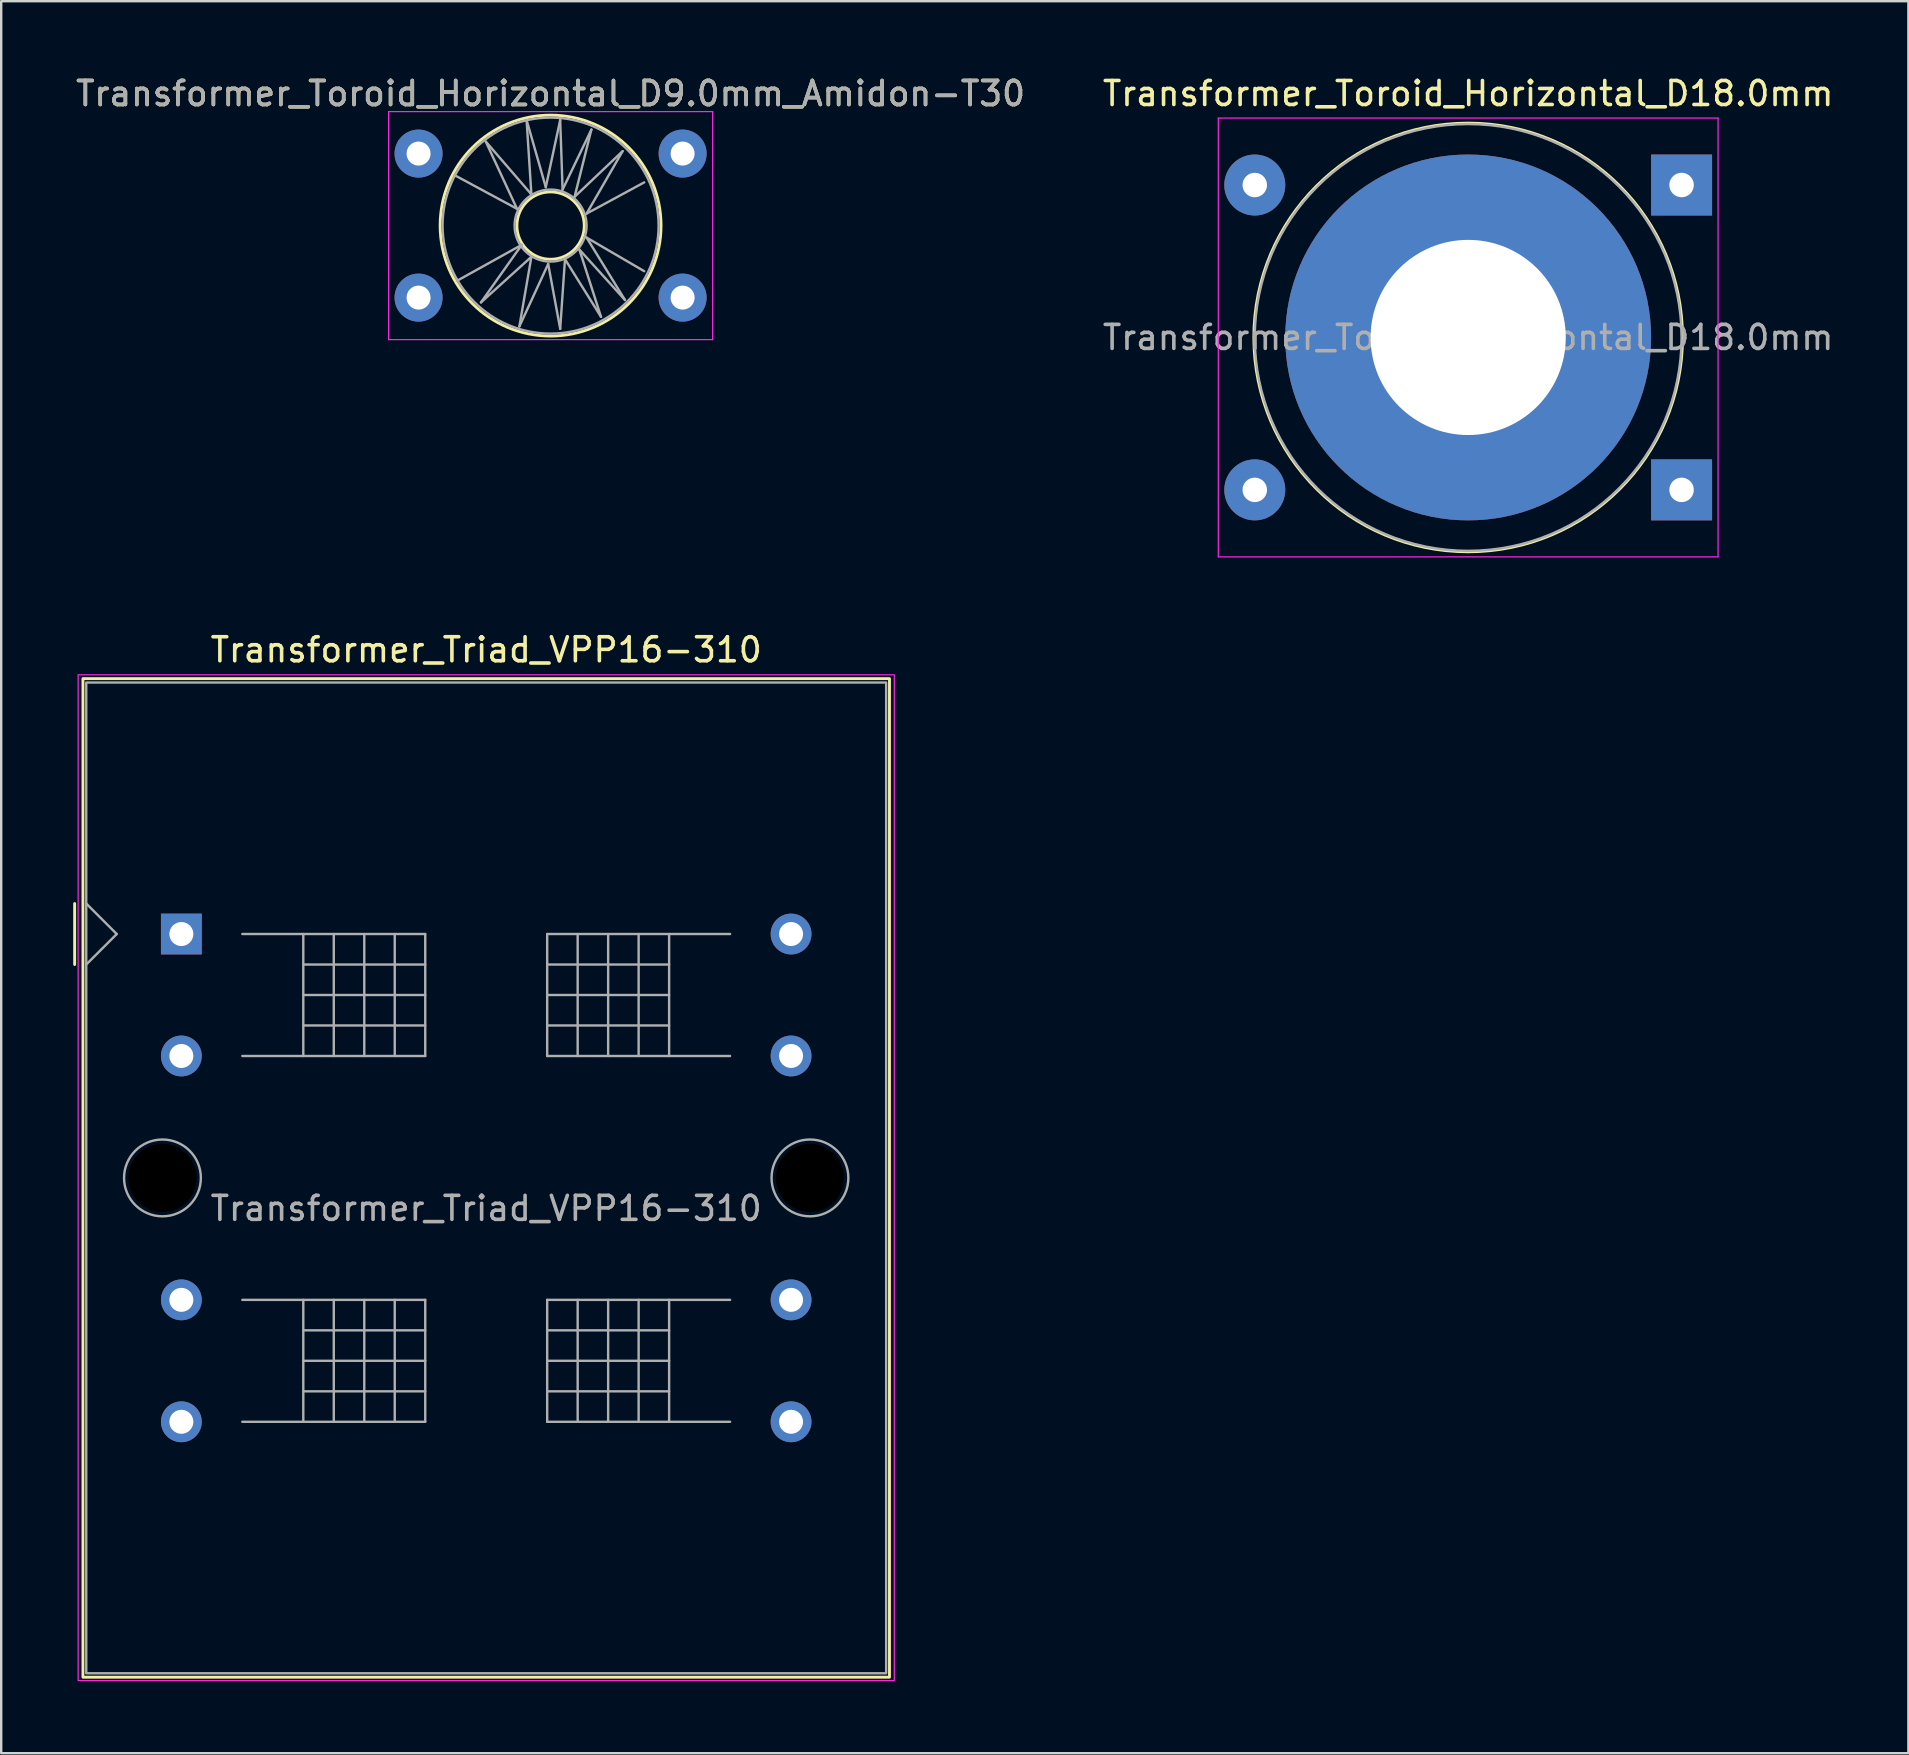
<source format=kicad_pcb>
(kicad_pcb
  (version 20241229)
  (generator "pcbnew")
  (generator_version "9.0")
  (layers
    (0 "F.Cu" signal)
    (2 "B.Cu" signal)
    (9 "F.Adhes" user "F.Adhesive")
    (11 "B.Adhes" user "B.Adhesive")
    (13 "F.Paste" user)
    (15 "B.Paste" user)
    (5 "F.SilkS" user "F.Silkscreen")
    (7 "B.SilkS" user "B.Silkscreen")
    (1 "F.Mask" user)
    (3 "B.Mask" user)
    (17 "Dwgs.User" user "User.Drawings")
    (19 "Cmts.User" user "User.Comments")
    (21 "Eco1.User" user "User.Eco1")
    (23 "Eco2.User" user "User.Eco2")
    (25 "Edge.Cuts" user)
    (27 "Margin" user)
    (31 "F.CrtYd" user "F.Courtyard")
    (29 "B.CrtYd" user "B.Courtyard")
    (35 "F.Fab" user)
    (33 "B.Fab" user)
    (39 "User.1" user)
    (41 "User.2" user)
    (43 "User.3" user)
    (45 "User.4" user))
  (footprint "Transformer_Toroid_Horizontal_D18.0mm"
    (layer "F.Cu")
    (at 49.223 4.658)
    (property "Reference" "Transformer_Toroid_Horizontal_D18.0mm" (at 8.89 -3.81 0) (layer "F.SilkS") (effects (font (size 1 1) (thickness 0.15))))
    (attr through_hole)
    (fp_circle (center 8.89 6.35) (end 17.49 8.75) (stroke (width 0.12) (type solid)) (fill no) (layer "F.SilkS"))
    (fp_line (start -1.52 -2.79) (end -1.52 15.49) (stroke (width 0.05) (type solid)) (layer "F.CrtYd"))
    (fp_line (start -1.52 -2.79) (end 19.3 -2.79) (stroke (width 0.05) (type solid)) (layer "F.CrtYd"))
    (fp_line (start 19.3 15.49) (end -1.52 15.49) (stroke (width 0.05) (type solid)) (layer "F.CrtYd"))
    (fp_line (start 19.3 15.49) (end 19.3 -2.79) (stroke (width 0.05) (type solid)) (layer "F.CrtYd"))
    (fp_circle (center 8.89 6.35) (end 17.78 6.35) (stroke (width 0.1) (type solid)) (fill no) (layer "F.Fab"))
    (fp_text user "${REFERENCE}" (at 8.89 6.35 0) (layer "F.Fab") (effects (font (size 1 1) (thickness 0.15))))
    (pad "" thru_hole circle (at 8.89 6.35) (size 15.24 15.24) (drill 8.13) (layers "*.Cu" "*.Mask"))
    (pad "1" thru_hole circle (at 0 0) (size 2.54 2.54) (drill 1.02) (layers "*.Cu" "*.Mask"))
    (pad "2" thru_hole circle (at 0 12.7) (size 2.54 2.54) (drill 1.02) (layers "*.Cu" "*.Mask"))
    (pad "3" thru_hole rect (at 17.78 0) (size 2.54 2.54) (drill 1.02) (layers "*.Cu" "*.Mask"))
    (pad "4" thru_hole rect (at 17.78 12.7) (size 2.54 2.54) (drill 1.02) (layers "*.Cu" "*.Mask")))
  (footprint "Transformer_Triad_VPP16-310"
    (layer "F.Cu")
    (at 4.505 35.861)
    (property "Reference" "Transformer_Triad_VPP16-310" (at 12.7 -11.84 0) (unlocked yes) (layer "F.SilkS") (effects (font (size 1 1) (thickness 0.15))))
    (attr through_hole)
    (fp_line (start -4.445 -1.27) (end -4.445 1.27) (stroke (width 0.12) (type default)) (layer "F.SilkS"))
    (fp_rect (start -4.1 -10.64) (end 29.5 30.96) (stroke (width 0.12) (type default)) (fill no) (layer "F.SilkS"))
    (fp_rect (start -4.3 -10.8) (end 29.7 31.1) (stroke (width 0.05) (type default)) (fill no) (layer "F.CrtYd"))
    (fp_line (start -3.962 1.27) (end -2.692 0) (stroke (width 0.1) (type default)) (layer "F.Fab"))
    (fp_line (start -2.692 0) (end -3.962 -1.27) (stroke (width 0.1) (type default)) (layer "F.Fab"))
    (fp_line (start 2.54 0) (end 10.16 0) (stroke (width 0.1) (type default)) (layer "F.Fab"))
    (fp_line (start 2.54 5.08) (end 10.16 5.08) (stroke (width 0.1) (type default)) (layer "F.Fab"))
    (fp_line (start 2.54 15.24) (end 10.16 15.24) (stroke (width 0.1) (type default)) (layer "F.Fab"))
    (fp_line (start 2.54 20.32) (end 10.16 20.32) (stroke (width 0.1) (type default)) (layer "F.Fab"))
    (fp_line (start 5.08 0) (end 5.08 5.08) (stroke (width 0.1) (type default)) (layer "F.Fab"))
    (fp_line (start 5.08 1.27) (end 10.16 1.27) (stroke (width 0.1) (type default)) (layer "F.Fab"))
    (fp_line (start 5.08 2.54) (end 10.16 2.54) (stroke (width 0.1) (type default)) (layer "F.Fab"))
    (fp_line (start 5.08 3.81) (end 10.16 3.81) (stroke (width 0.1) (type default)) (layer "F.Fab"))
    (fp_line (start 5.08 15.24) (end 5.08 20.32) (stroke (width 0.1) (type default)) (layer "F.Fab"))
    (fp_line (start 5.08 16.51) (end 10.16 16.51) (stroke (width 0.1) (type default)) (layer "F.Fab"))
    (fp_line (start 5.08 17.78) (end 10.16 17.78) (stroke (width 0.1) (type default)) (layer "F.Fab"))
    (fp_line (start 5.08 19.05) (end 10.16 19.05) (stroke (width 0.1) (type default)) (layer "F.Fab"))
    (fp_line (start 6.35 0) (end 6.35 5.08) (stroke (width 0.1) (type default)) (layer "F.Fab"))
    (fp_line (start 6.35 15.24) (end 6.35 20.32) (stroke (width 0.1) (type default)) (layer "F.Fab"))
    (fp_line (start 7.62 5.08) (end 7.62 0) (stroke (width 0.1) (type default)) (layer "F.Fab"))
    (fp_line (start 7.62 20.32) (end 7.62 15.24) (stroke (width 0.1) (type default)) (layer "F.Fab"))
    (fp_line (start 8.89 5.08) (end 8.89 0) (stroke (width 0.1) (type default)) (layer "F.Fab"))
    (fp_line (start 8.89 20.32) (end 8.89 15.24) (stroke (width 0.1) (type default)) (layer "F.Fab"))
    (fp_line (start 10.16 5.08) (end 10.16 0) (stroke (width 0.1) (type default)) (layer "F.Fab"))
    (fp_line (start 10.16 20.32) (end 10.16 15.24) (stroke (width 0.1) (type default)) (layer "F.Fab"))
    (fp_line (start 15.24 0) (end 15.24 5.08) (stroke (width 0.1) (type default)) (layer "F.Fab"))
    (fp_line (start 15.24 15.24) (end 15.24 20.32) (stroke (width 0.1) (type default)) (layer "F.Fab"))
    (fp_line (start 16.51 0) (end 16.51 5.08) (stroke (width 0.1) (type default)) (layer "F.Fab"))
    (fp_line (start 16.51 15.24) (end 16.51 20.32) (stroke (width 0.1) (type default)) (layer "F.Fab"))
    (fp_line (start 17.78 0) (end 17.78 5.08) (stroke (width 0.1) (type default)) (layer "F.Fab"))
    (fp_line (start 17.78 15.24) (end 17.78 20.32) (stroke (width 0.1) (type default)) (layer "F.Fab"))
    (fp_line (start 19.05 5.08) (end 19.05 0) (stroke (width 0.1) (type default)) (layer "F.Fab"))
    (fp_line (start 19.05 20.32) (end 19.05 15.24) (stroke (width 0.1) (type default)) (layer "F.Fab"))
    (fp_line (start 20.32 1.27) (end 15.24 1.27) (stroke (width 0.1) (type default)) (layer "F.Fab"))
    (fp_line (start 20.32 2.54) (end 15.24 2.54) (stroke (width 0.1) (type default)) (layer "F.Fab"))
    (fp_line (start 20.32 3.81) (end 15.24 3.81) (stroke (width 0.1) (type default)) (layer "F.Fab"))
    (fp_line (start 20.32 5.08) (end 20.32 0) (stroke (width 0.1) (type default)) (layer "F.Fab"))
    (fp_line (start 20.32 16.51) (end 15.24 16.51) (stroke (width 0.1) (type default)) (layer "F.Fab"))
    (fp_line (start 20.32 17.78) (end 15.24 17.78) (stroke (width 0.1) (type default)) (layer "F.Fab"))
    (fp_line (start 20.32 19.05) (end 15.24 19.05) (stroke (width 0.1) (type default)) (layer "F.Fab"))
    (fp_line (start 20.32 20.32) (end 20.32 15.24) (stroke (width 0.1) (type default)) (layer "F.Fab"))
    (fp_line (start 22.86 0) (end 15.24 0) (stroke (width 0.1) (type default)) (layer "F.Fab"))
    (fp_line (start 22.86 5.08) (end 15.24 5.08) (stroke (width 0.1) (type default)) (layer "F.Fab"))
    (fp_line (start 22.86 15.24) (end 15.24 15.24) (stroke (width 0.1) (type default)) (layer "F.Fab"))
    (fp_line (start 22.86 20.32) (end 15.24 20.32) (stroke (width 0.1) (type default)) (layer "F.Fab"))
    (fp_rect (start -3.962 -10.477) (end 29.362 30.797) (stroke (width 0.1) (type default)) (fill no) (layer "F.Fab"))
    (fp_circle (center -0.787 10.16) (end 0.813 10.16) (stroke (width 0.1) (type default)) (fill no) (layer "F.Fab"))
    (fp_circle (center 26.187 10.16) (end 27.787 10.16) (stroke (width 0.1) (type default)) (fill no) (layer "F.Fab"))
    (fp_text user "${REFERENCE}" (at 12.7 11.43 0) (unlocked yes) (layer "F.Fab") (effects (font (size 1 1) (thickness 0.15))))
    (pad "" np_thru_hole circle (at -0.787 10.16) (size 2.845 2.845) (drill 2.845) (layers "*.Mask"))
    (pad "" np_thru_hole circle (at 26.187 10.16) (size 2.845 2.845) (drill 2.845) (layers "*.Mask"))
    (pad "1" thru_hole rect (at 0 0) (size 1.7 1.7) (drill 1) (layers "*.Cu" "*.Mask"))
    (pad "3" thru_hole circle (at 0 5.08) (size 1.7 1.7) (drill 1) (layers "*.Cu" "*.Mask"))
    (pad "4" thru_hole circle (at 0 15.24) (size 1.7 1.7) (drill 1) (layers "*.Cu" "*.Mask"))
    (pad "6" thru_hole circle (at 0 20.32) (size 1.7 1.7) (drill 1) (layers "*.Cu" "*.Mask"))
    (pad "7" thru_hole circle (at 25.4 0) (size 1.7 1.7) (drill 1) (layers "*.Cu" "*.Mask"))
    (pad "9" thru_hole circle (at 25.4 5.08) (size 1.7 1.7) (drill 1) (layers "*.Cu" "*.Mask"))
    (pad "10" thru_hole circle (at 25.4 15.24) (size 1.7 1.7) (drill 1) (layers "*.Cu" "*.Mask"))
    (pad "12" thru_hole circle (at 25.4 20.32) (size 1.7 1.7) (drill 1) (layers "*.Cu" "*.Mask")))
  (footprint "Transformer_Toroid_Horizontal_D9.0mm_Amidon-T30"
    (layer "F.Cu")
    (at 14.387 9.348)
    (property "Reference" "Transformer_Toroid_Horizontal_D9.0mm_Amidon-T30" (at 5.5 -8.5 0) (layer "F.SilkS") (effects (font (size 1 1) (thickness 0.15))))
    (attr through_hole)
    (fp_circle (center 5.5 -3) (end 6.9 -3.1) (stroke (width 0.12) (type solid)) (fill no) (layer "F.SilkS"))
    (fp_circle (center 5.5 -3) (end 10.1 -3.1) (stroke (width 0.12) (type solid)) (fill no) (layer "F.SilkS"))
    (fp_line (start -1.25 -7.75) (end -1.25 1.75) (stroke (width 0.05) (type solid)) (layer "F.CrtYd"))
    (fp_line (start -1.25 -7.75) (end 12.25 -7.75) (stroke (width 0.05) (type solid)) (layer "F.CrtYd"))
    (fp_line (start 12.25 1.75) (end -1.25 1.75) (stroke (width 0.05) (type solid)) (layer "F.CrtYd"))
    (fp_line (start 12.25 1.75) (end 12.25 -7.75) (stroke (width 0.05) (type solid)) (layer "F.CrtYd"))
    (fp_line (start 1.5 -5.1) (end 4.1 -3.7) (stroke (width 0.1) (type solid)) (layer "F.Fab"))
    (fp_line (start 1.6 -0.7) (end 4.3 -2.2) (stroke (width 0.1) (type solid)) (layer "F.Fab"))
    (fp_line (start 2.6 0.2) (end 4.7 -1.7) (stroke (width 0.1) (type solid)) (layer "F.Fab"))
    (fp_line (start 2.8 -6.5) (end 4.7 -4.3) (stroke (width 0.1) (type solid)) (layer "F.Fab"))
    (fp_line (start 4.1 -3.7) (end 2.8 -6.5) (stroke (width 0.1) (type solid)) (layer "F.Fab"))
    (fp_line (start 4.2 1.2) (end 5.4 -1.4) (stroke (width 0.1) (type solid)) (layer "F.Fab"))
    (fp_line (start 4.3 -2.2) (end 2.6 0.2) (stroke (width 0.1) (type solid)) (layer "F.Fab"))
    (fp_line (start 4.5 -7.4) (end 5.3 -4.6) (stroke (width 0.1) (type solid)) (layer "F.Fab"))
    (fp_line (start 4.7 -4.3) (end 4.5 -7.4) (stroke (width 0.1) (type solid)) (layer "F.Fab"))
    (fp_line (start 4.7 -1.7) (end 4.2 1.2) (stroke (width 0.1) (type solid)) (layer "F.Fab"))
    (fp_line (start 5.3 -4.6) (end 5.9 -7.4) (stroke (width 0.1) (type solid)) (layer "F.Fab"))
    (fp_line (start 5.4 -1.4) (end 5.9 1.3) (stroke (width 0.1) (type solid)) (layer "F.Fab"))
    (fp_line (start 5.9 -7.4) (end 6 -4.5) (stroke (width 0.1) (type solid)) (layer "F.Fab"))
    (fp_line (start 5.9 1.3) (end 6.1 -1.6) (stroke (width 0.1) (type solid)) (layer "F.Fab"))
    (fp_line (start 6 -4.5) (end 7.2 -7) (stroke (width 0.1) (type solid)) (layer "F.Fab"))
    (fp_line (start 6.1 -1.6) (end 7.6 0.8) (stroke (width 0.1) (type solid)) (layer "F.Fab"))
    (fp_line (start 6.5 -4.2) (end 8.5 -6.1) (stroke (width 0.1) (type solid)) (layer "F.Fab"))
    (fp_line (start 6.7 -2) (end 8.6 0.1) (stroke (width 0.1) (type solid)) (layer "F.Fab"))
    (fp_line (start 7 -3.5) (end 9.4 -4.8) (stroke (width 0.1) (type solid)) (layer "F.Fab"))
    (fp_line (start 7 -2.5) (end 9.4 -1.1) (stroke (width 0.1) (type solid)) (layer "F.Fab"))
    (fp_line (start 7.2 -7) (end 6.5 -4.2) (stroke (width 0.1) (type solid)) (layer "F.Fab"))
    (fp_line (start 7.6 0.8) (end 6.7 -2) (stroke (width 0.1) (type solid)) (layer "F.Fab"))
    (fp_line (start 8.5 -6.1) (end 7 -3.5) (stroke (width 0.1) (type solid)) (layer "F.Fab"))
    (fp_line (start 8.6 0.1) (end 7 -2.5) (stroke (width 0.1) (type solid)) (layer "F.Fab"))
    (fp_circle (center 5.5 -3) (end 7 -3) (stroke (width 0.1) (type solid)) (fill no) (layer "F.Fab"))
    (fp_circle (center 5.5 -3) (end 10 -3) (stroke (width 0.1) (type solid)) (fill no) (layer "F.Fab"))
    (fp_text user "${REFERENCE}" (at 5.5 -8.5 0) (layer "F.Fab") (effects (font (size 1 1) (thickness 0.15))))
    (pad "1" thru_hole circle (at 0 0) (size 2 2) (drill 1) (layers "*.Cu" "*.Mask"))
    (pad "2" thru_hole circle (at 11 0) (size 2 2) (drill 1) (layers "*.Cu" "*.Mask"))
    (pad "3" thru_hole circle (at 0 -6) (size 2 2) (drill 1) (layers "*.Cu" "*.Mask"))
    (pad "4" thru_hole circle (at 11 -6) (size 2 2) (drill 1) (layers "*.Cu" "*.Mask")))
  (gr_rect
    (start -3 -3)
    (end 76.452 69.987)
    (stroke (width 0.1) (type default))
    (fill no)
    (layer "Edge.Cuts")))
</source>
